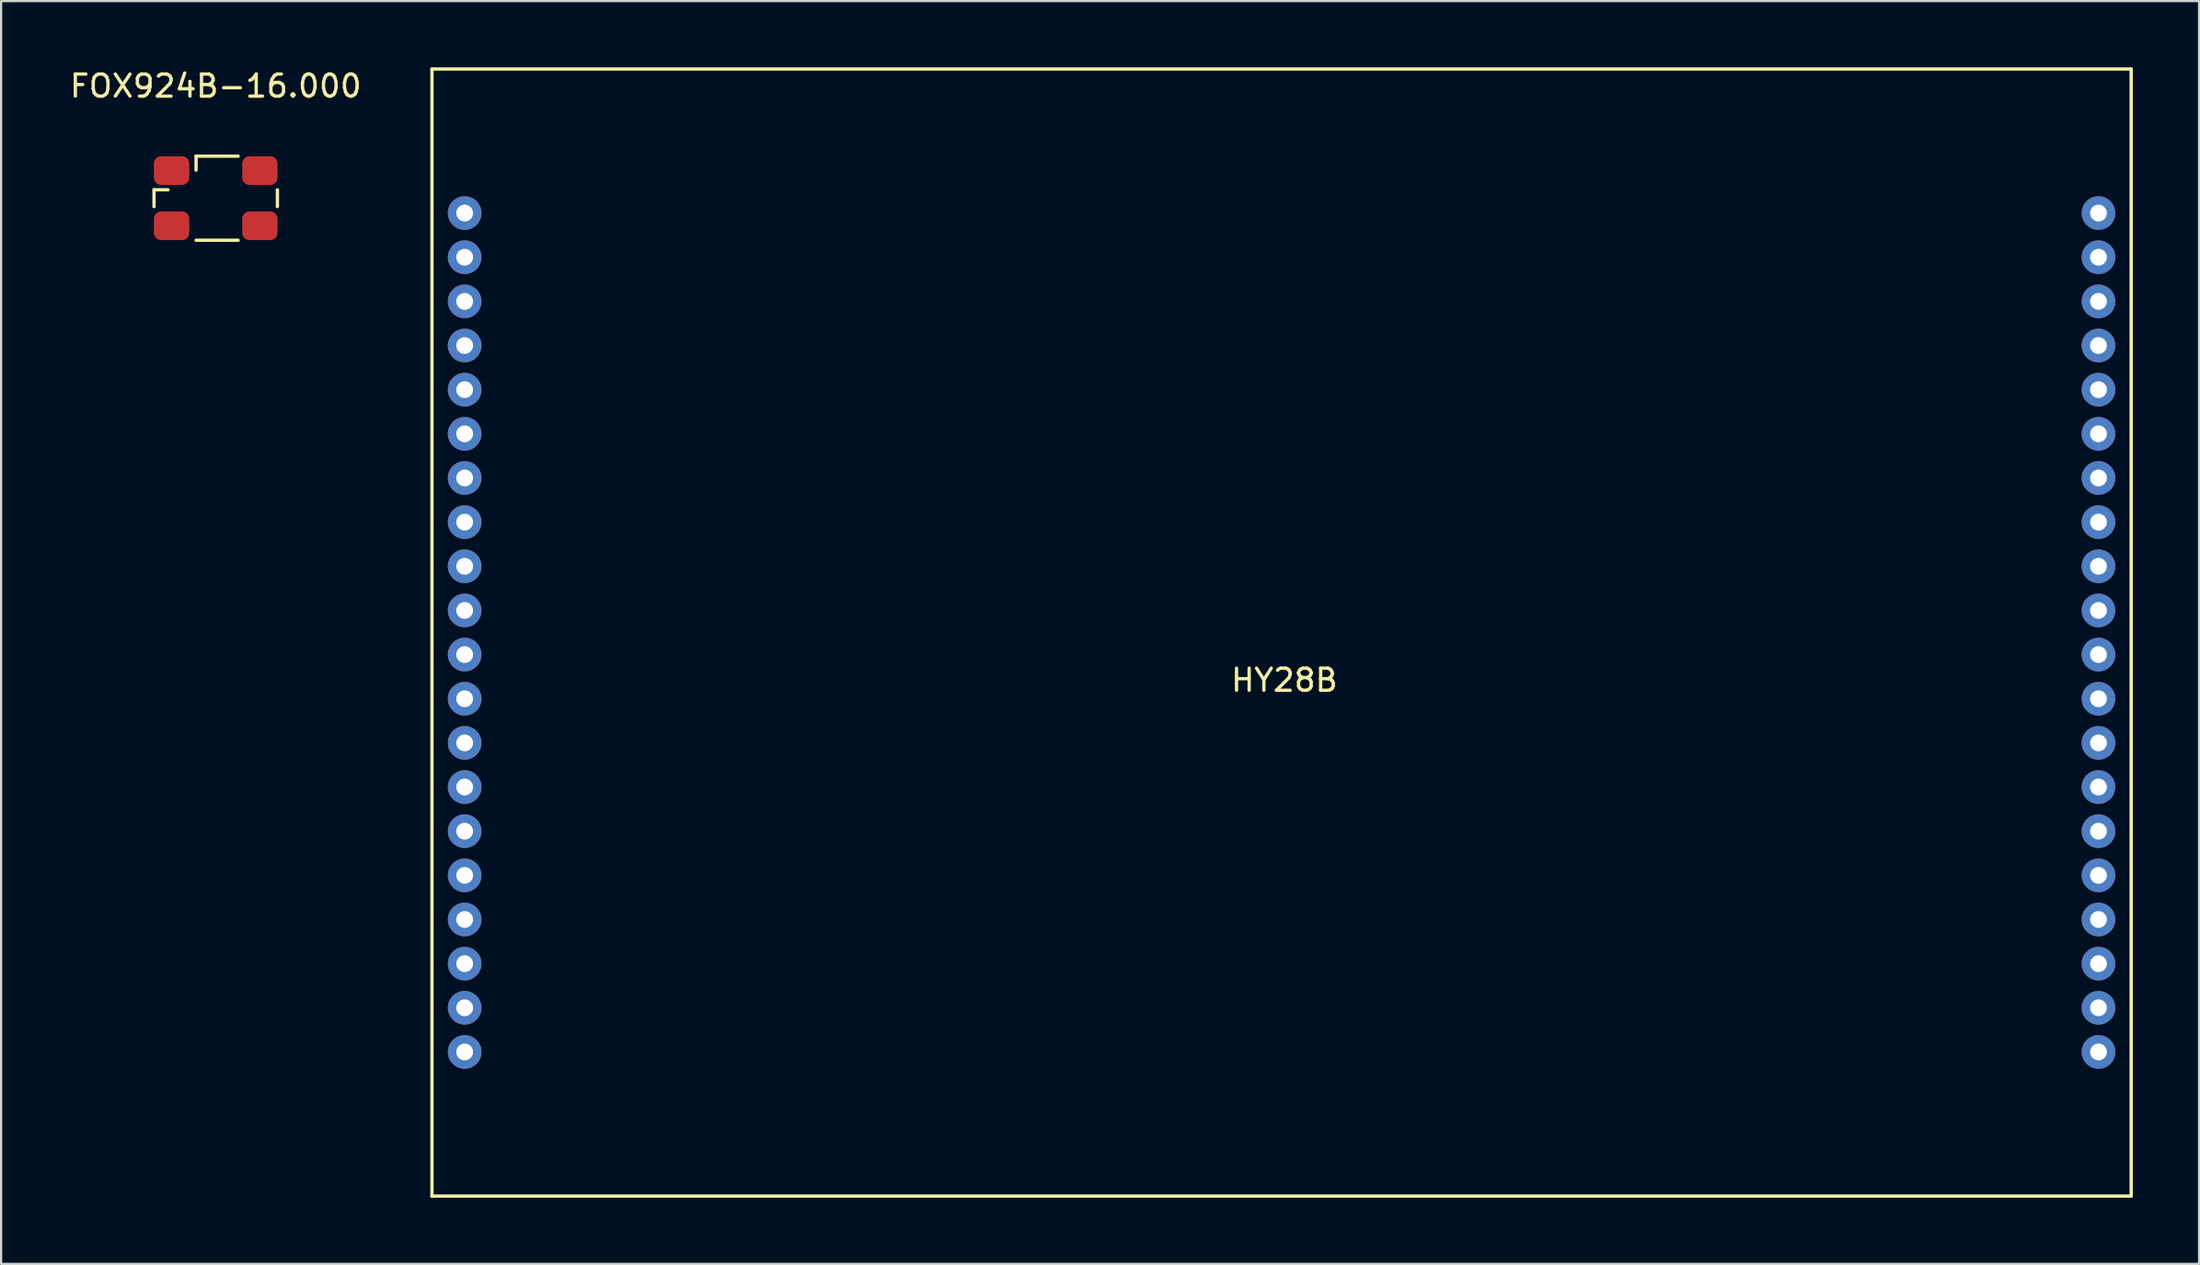
<source format=kicad_pcb>
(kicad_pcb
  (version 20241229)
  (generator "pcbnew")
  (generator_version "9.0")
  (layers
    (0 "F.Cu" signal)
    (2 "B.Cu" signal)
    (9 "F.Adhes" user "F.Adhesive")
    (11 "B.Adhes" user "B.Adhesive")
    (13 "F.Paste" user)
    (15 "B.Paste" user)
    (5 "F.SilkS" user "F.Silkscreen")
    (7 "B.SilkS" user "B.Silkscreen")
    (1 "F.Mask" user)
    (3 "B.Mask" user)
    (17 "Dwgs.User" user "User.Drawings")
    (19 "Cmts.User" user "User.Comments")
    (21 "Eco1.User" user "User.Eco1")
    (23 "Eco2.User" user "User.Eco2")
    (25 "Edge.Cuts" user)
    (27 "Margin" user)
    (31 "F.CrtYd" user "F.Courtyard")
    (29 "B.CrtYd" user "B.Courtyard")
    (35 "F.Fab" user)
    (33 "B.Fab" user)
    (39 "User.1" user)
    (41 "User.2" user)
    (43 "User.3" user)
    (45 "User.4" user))
  (footprint "FOX924B-16.000"
    (layer "F.Cu")
    (at 6.72 5.928)
    (property "Reference" "FOX924B-16.000" (at 0 -5.08 0) (layer "F.SilkS") (effects (font (size 1 1) (thickness 0.15))))
    (attr through_hole)
    (fp_line (start -2.794 -0.381) (end -2.159 -0.381) (stroke (width 0.15) (type solid)) (layer "F.SilkS"))
    (fp_line (start -2.794 0.381) (end -2.794 -0.381) (stroke (width 0.15) (type solid)) (layer "F.SilkS"))
    (fp_line (start -0.889 -1.905) (end -0.889 -1.27) (stroke (width 0.15) (type solid)) (layer "F.SilkS"))
    (fp_line (start -0.889 1.905) (end 1.016 1.905) (stroke (width 0.15) (type solid)) (layer "F.SilkS"))
    (fp_line (start 1.016 -1.905) (end -0.889 -1.905) (stroke (width 0.15) (type solid)) (layer "F.SilkS"))
    (fp_line (start 2.794 0.381) (end 2.794 -0.381) (stroke (width 0.15) (type solid)) (layer "F.SilkS"))
    (pad "1" smd roundrect (at -2 -1.25) (size 1.6 1.3) (layers "F.Cu" "F.Mask" "F.Paste") (roundrect_rratio 0.25))
    (pad "2" smd roundrect (at 2 -1.25) (size 1.6 1.3) (layers "F.Cu" "F.Mask" "F.Paste") (roundrect_rratio 0.25))
    (pad "3" smd roundrect (at 2 1.25) (size 1.6 1.3) (layers "F.Cu" "F.Mask" "F.Paste") (roundrect_rratio 0.25))
    (pad "4" smd roundrect (at -2 1.25) (size 1.6 1.3) (layers "F.Cu" "F.Mask" "F.Paste") (roundrect_rratio 0.25)))
  (footprint "HY28B"
    (layer "F.Cu")
    (at 54.996 25.602)
    (property "Reference" "HY28B" (at 0.127 2.159 0) (layer "F.SilkS") (effects (font (size 1 1) (thickness 0.15))))
    (attr through_hole)
    (fp_line (start -38.481 -25.527) (end 38.481 -25.527) (stroke (width 0.15) (type solid)) (layer "F.SilkS"))
    (fp_line (start -38.481 25.527) (end -38.481 -25.527) (stroke (width 0.15) (type solid)) (layer "F.SilkS"))
    (fp_line (start 38.481 -25.527) (end 38.481 25.527) (stroke (width 0.15) (type solid)) (layer "F.SilkS"))
    (fp_line (start 38.481 25.527) (end -38.481 25.527) (stroke (width 0.15) (type solid)) (layer "F.SilkS"))
    (pad "1" thru_hole circle (at -37 -19) (size 1.524 1.524) (drill 0.762) (layers "*.Cu" "*.Mask"))
    (pad "2" thru_hole circle (at -37 -17) (size 1.524 1.524) (drill 0.762) (layers "*.Cu" "*.Mask"))
    (pad "3" thru_hole circle (at -37 -15) (size 1.524 1.524) (drill 0.762) (layers "*.Cu" "*.Mask"))
    (pad "4" thru_hole circle (at -37 -13) (size 1.524 1.524) (drill 0.762) (layers "*.Cu" "*.Mask"))
    (pad "5" thru_hole circle (at -37 -11) (size 1.524 1.524) (drill 0.762) (layers "*.Cu" "*.Mask"))
    (pad "6" thru_hole circle (at -37 -9) (size 1.524 1.524) (drill 0.762) (layers "*.Cu" "*.Mask"))
    (pad "7" thru_hole circle (at -37 -7) (size 1.524 1.524) (drill 0.762) (layers "*.Cu" "*.Mask"))
    (pad "8" thru_hole circle (at -37 -5) (size 1.524 1.524) (drill 0.762) (layers "*.Cu" "*.Mask"))
    (pad "9" thru_hole circle (at -37 -3) (size 1.524 1.524) (drill 0.762) (layers "*.Cu" "*.Mask"))
    (pad "10" thru_hole circle (at -37 -1) (size 1.524 1.524) (drill 0.762) (layers "*.Cu" "*.Mask"))
    (pad "11" thru_hole circle (at -37 1) (size 1.524 1.524) (drill 0.762) (layers "*.Cu" "*.Mask"))
    (pad "12" thru_hole circle (at -37 3) (size 1.524 1.524) (drill 0.762) (layers "*.Cu" "*.Mask"))
    (pad "13" thru_hole circle (at -37 5) (size 1.524 1.524) (drill 0.762) (layers "*.Cu" "*.Mask"))
    (pad "14" thru_hole circle (at -37 7) (size 1.524 1.524) (drill 0.762) (layers "*.Cu" "*.Mask"))
    (pad "15" thru_hole circle (at -37 9) (size 1.524 1.524) (drill 0.762) (layers "*.Cu" "*.Mask"))
    (pad "16" thru_hole circle (at -37 11) (size 1.524 1.524) (drill 0.762) (layers "*.Cu" "*.Mask"))
    (pad "17" thru_hole circle (at -37 13) (size 1.524 1.524) (drill 0.762) (layers "*.Cu" "*.Mask"))
    (pad "18" thru_hole circle (at -37 15) (size 1.524 1.524) (drill 0.762) (layers "*.Cu" "*.Mask"))
    (pad "19" thru_hole circle (at -37 17) (size 1.524 1.524) (drill 0.762) (layers "*.Cu" "*.Mask"))
    (pad "20" thru_hole circle (at -37 19) (size 1.524 1.524) (drill 0.762) (layers "*.Cu" "*.Mask"))
    (pad "21" thru_hole circle (at 37 -19) (size 1.524 1.524) (drill 0.762) (layers "*.Cu" "*.Mask"))
    (pad "22" thru_hole circle (at 37 -17) (size 1.524 1.524) (drill 0.762) (layers "*.Cu" "*.Mask"))
    (pad "23" thru_hole circle (at 37 -15) (size 1.524 1.524) (drill 0.762) (layers "*.Cu" "*.Mask"))
    (pad "24" thru_hole circle (at 37 -13) (size 1.524 1.524) (drill 0.762) (layers "*.Cu" "*.Mask"))
    (pad "25" thru_hole circle (at 37 -11) (size 1.524 1.524) (drill 0.762) (layers "*.Cu" "*.Mask"))
    (pad "26" thru_hole circle (at 37 -9) (size 1.524 1.524) (drill 0.762) (layers "*.Cu" "*.Mask"))
    (pad "27" thru_hole circle (at 37 -7) (size 1.524 1.524) (drill 0.762) (layers "*.Cu" "*.Mask"))
    (pad "28" thru_hole circle (at 37 -5) (size 1.524 1.524) (drill 0.762) (layers "*.Cu" "*.Mask"))
    (pad "29" thru_hole circle (at 37 -3) (size 1.524 1.524) (drill 0.762) (layers "*.Cu" "*.Mask"))
    (pad "30" thru_hole circle (at 37 -1) (size 1.524 1.524) (drill 0.762) (layers "*.Cu" "*.Mask"))
    (pad "31" thru_hole circle (at 37 1) (size 1.524 1.524) (drill 0.762) (layers "*.Cu" "*.Mask"))
    (pad "32" thru_hole circle (at 37 3) (size 1.524 1.524) (drill 0.762) (layers "*.Cu" "*.Mask"))
    (pad "33" thru_hole circle (at 37 5) (size 1.524 1.524) (drill 0.762) (layers "*.Cu" "*.Mask"))
    (pad "34" thru_hole circle (at 37 7) (size 1.524 1.524) (drill 0.762) (layers "*.Cu" "*.Mask"))
    (pad "35" thru_hole circle (at 37 9) (size 1.524 1.524) (drill 0.762) (layers "*.Cu" "*.Mask"))
    (pad "36" thru_hole circle (at 37 11) (size 1.524 1.524) (drill 0.762) (layers "*.Cu" "*.Mask"))
    (pad "37" thru_hole circle (at 37 13) (size 1.524 1.524) (drill 0.762) (layers "*.Cu" "*.Mask"))
    (pad "38" thru_hole circle (at 37 15) (size 1.524 1.524) (drill 0.762) (layers "*.Cu" "*.Mask"))
    (pad "39" thru_hole circle (at 37 17) (size 1.524 1.524) (drill 0.762) (layers "*.Cu" "*.Mask"))
    (pad "40" thru_hole circle (at 37 19) (size 1.524 1.524) (drill 0.762) (layers "*.Cu" "*.Mask")))
  (gr_rect
    (start -3 -3)
    (end 96.552 54.204)
    (stroke (width 0.1) (type default))
    (fill no)
    (layer "Edge.Cuts")))
</source>
